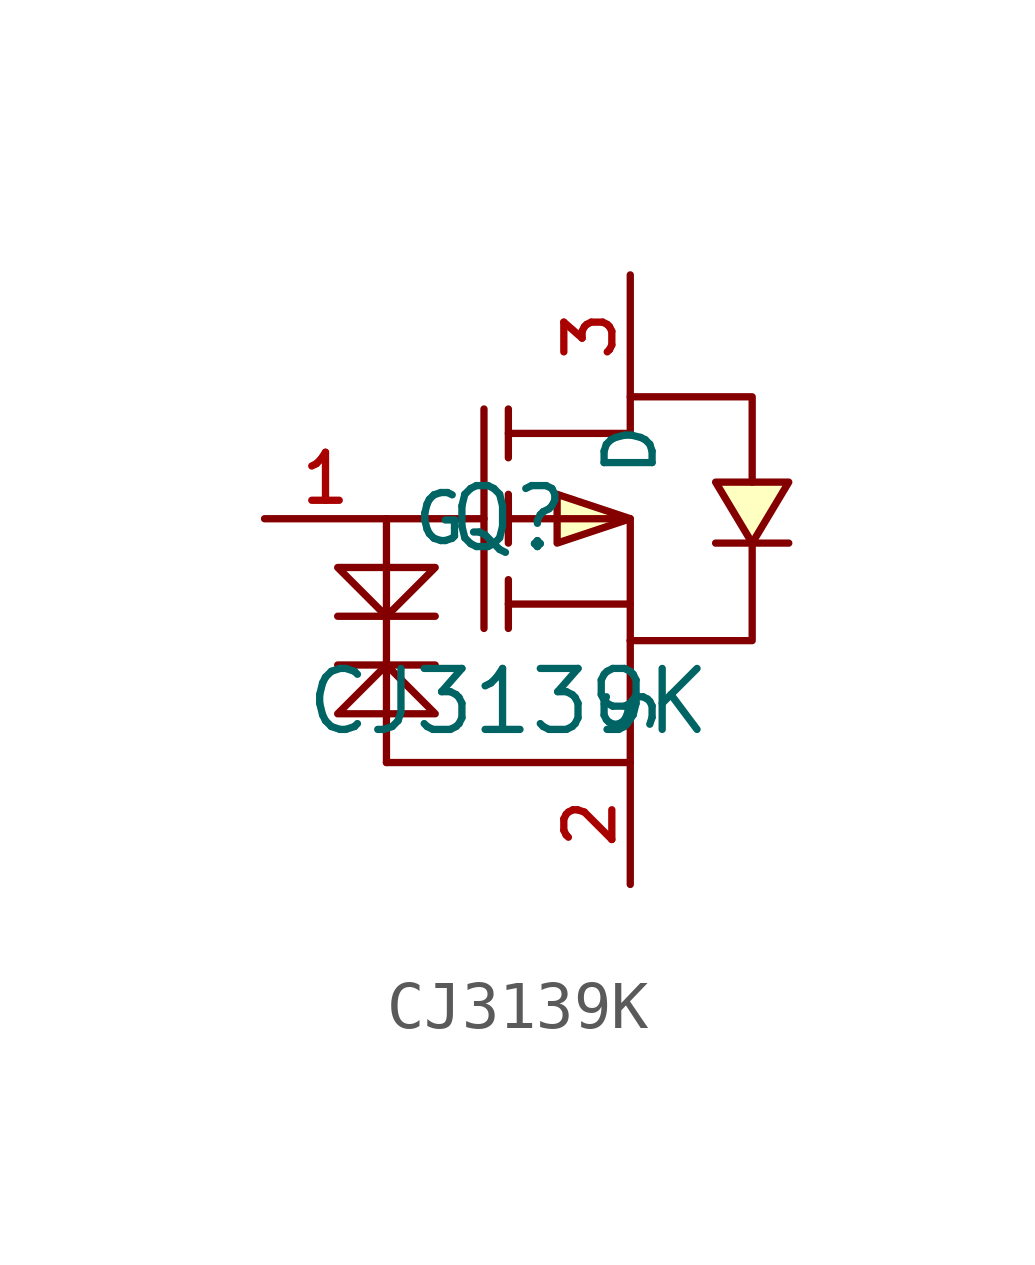
<source format=kicad_sym>
(kicad_symbol_lib
  (version 20210201)
  (generator TousstNicolas/JLC2KiCad_lib)
  (symbol "CJ3139K"
    (property "Reference" "Q"
      (at 0 1.27 0)
      (effects (font (size 1.27 1.27))))
    (property "Value" "CJ3139K"
      (at 0 -2.54 0)
      (effects (font (size 1.27 1.27))))
    (symbol "CJ3139K_0_1"
      (polyline (pts (xy -2.54 1.27) (xy -0.508 1.27)) (stroke (width 0) (type default) (color 0 0 0 0)) (fill (type none)))
      (pin unspecified line (at 2.54 6.35 270) (length 2.54) (name "D" (effects (font (size 1 1)))) (number "3" (effects (font (size 1 1)))))
      (pin unspecified line (at -5.08 1.27 0) (length 2.54) (name "G" (effects (font (size 1 1)))) (number "1" (effects (font (size 1 1)))))
      (pin unspecified line (at 2.54 -6.35 90) (length 2.54) (name "S" (effects (font (size 1 1)))) (number "2" (effects (font (size 1 1)))))
      (polyline (pts (xy -3.556 0.254) (xy -1.524 0.254) (xy -2.54 -0.762) (xy -3.556 0.254)) (stroke (width 0) (type default) (color 0 0 0 0)) (fill (type none)))
      (polyline (pts (xy -3.556 -0.762) (xy -1.524 -0.762)) (stroke (width 0) (type default) (color 0 0 0 0)) (fill (type none)))
      (polyline (pts (xy -3.556 -1.778) (xy -1.524 -1.778)) (stroke (width 0) (type default) (color 0 0 0 0)) (fill (type none)))
      (polyline (pts (xy -2.54 -1.778) (xy -3.556 -2.794) (xy -1.524 -2.794) (xy -2.54 -1.778)) (stroke (width 0) (type default) (color 0 0 0 0)) (fill (type none)))
      (polyline (pts (xy 2.54 -3.81) (xy 2.54 -1.27)) (stroke (width 0) (type default) (color 0 0 0 0)) (fill (type none)))
      (polyline (pts (xy -2.54 -3.81) (xy 2.54 -3.81)) (stroke (width 0) (type default) (color 0 0 0 0)) (fill (type none)))
      (polyline (pts (xy -2.54 -3.81) (xy -2.54 1.27)) (stroke (width 0) (type default) (color 0 0 0 0)) (fill (type none)))
      (polyline (pts (xy 2.54 1.27) (xy 1.016 1.778) (xy 1.016 0.762) (xy 2.54 1.27)) (stroke (width 0) (type default) (color 0 0 0 0)) (fill (type background)))
      (polyline (pts (xy 5.08 0.762) (xy 5.842 2.032) (xy 4.318 2.032) (xy 5.08 0.762)) (stroke (width 0) (type default) (color 0 0 0 0)) (fill (type background)))
      (polyline (pts (xy 2.54 -1.27) (xy 5.08 -1.27) (xy 5.08 0.762)) (stroke (width 0) (type default) (color 0 0 0 0)) (fill (type none)))
      (polyline (pts (xy 2.54 3.048) (xy 2.54 3.81) (xy 5.08 3.81) (xy 5.08 2.032)) (stroke (width 0) (type default) (color 0 0 0 0)) (fill (type none)))
      (polyline (pts (xy 2.54 3.048) (xy 0.0 3.048)) (stroke (width 0) (type default) (color 0 0 0 0)) (fill (type none)))
      (polyline (pts (xy 0.0 1.27) (xy 2.54 1.27) (xy 2.54 -1.27)) (stroke (width 0) (type default) (color 0 0 0 0)) (fill (type none)))
      (polyline (pts (xy 2.54 -0.508) (xy 0.0 -0.508)) (stroke (width 0) (type default) (color 0 0 0 0)) (fill (type none)))
      (polyline (pts (xy -0.508 3.556) (xy -0.508 -1.016)) (stroke (width 0) (type default) (color 0 0 0 0)) (fill (type none)))
      (polyline (pts (xy 0.0 2.54) (xy 0.0 3.556)) (stroke (width 0) (type default) (color 0 0 0 0)) (fill (type none)))
      (polyline (pts (xy 0.0 0.762) (xy 0.0 1.778)) (stroke (width 0) (type default) (color 0 0 0 0)) (fill (type none)))
      (polyline (pts (xy 0.0 -1.016) (xy 0.0 -0.0)) (stroke (width 0) (type default) (color 0 0 0 0)) (fill (type none)))
      (polyline (pts (xy 5.842 0.762) (xy 5.588 0.762) (xy 4.572 0.762) (xy 4.318 0.762)) (stroke (width 0) (type default) (color 0 0 0 0)) (fill (type none))))))
</source>
